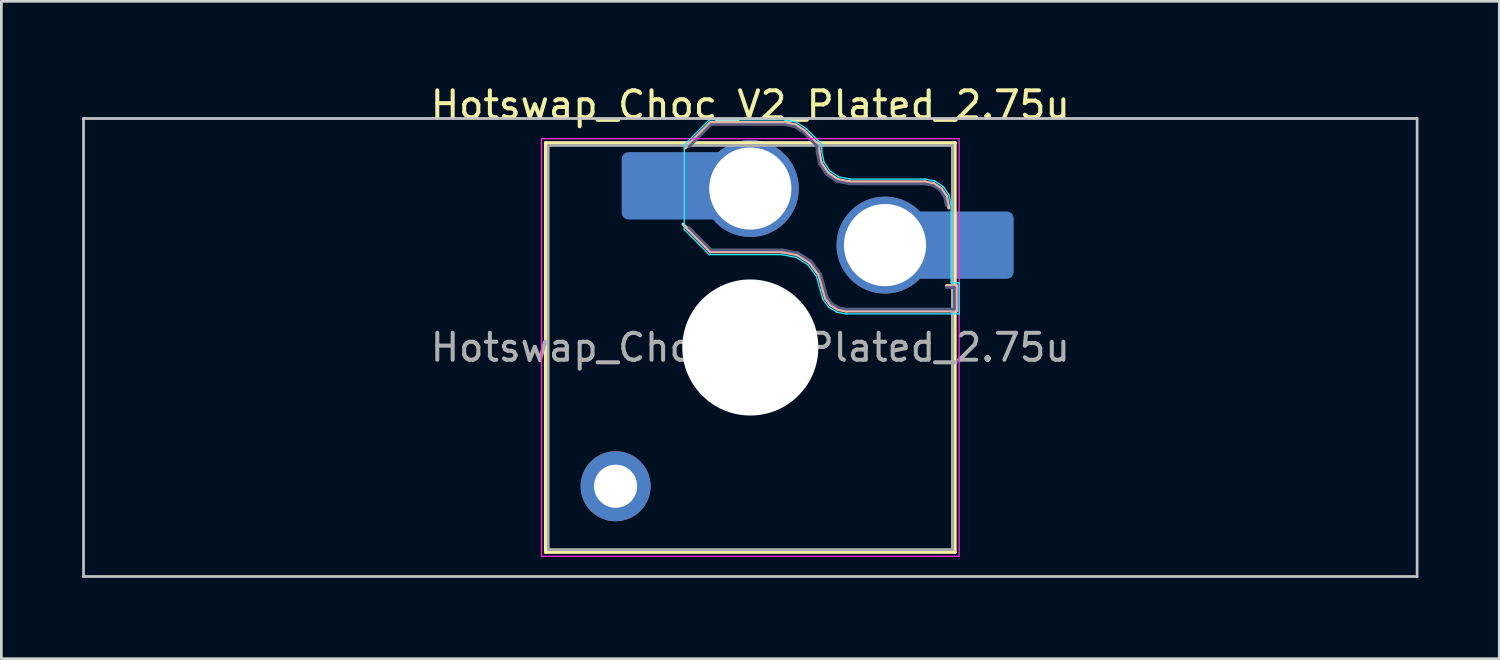
<source format=kicad_pcb>
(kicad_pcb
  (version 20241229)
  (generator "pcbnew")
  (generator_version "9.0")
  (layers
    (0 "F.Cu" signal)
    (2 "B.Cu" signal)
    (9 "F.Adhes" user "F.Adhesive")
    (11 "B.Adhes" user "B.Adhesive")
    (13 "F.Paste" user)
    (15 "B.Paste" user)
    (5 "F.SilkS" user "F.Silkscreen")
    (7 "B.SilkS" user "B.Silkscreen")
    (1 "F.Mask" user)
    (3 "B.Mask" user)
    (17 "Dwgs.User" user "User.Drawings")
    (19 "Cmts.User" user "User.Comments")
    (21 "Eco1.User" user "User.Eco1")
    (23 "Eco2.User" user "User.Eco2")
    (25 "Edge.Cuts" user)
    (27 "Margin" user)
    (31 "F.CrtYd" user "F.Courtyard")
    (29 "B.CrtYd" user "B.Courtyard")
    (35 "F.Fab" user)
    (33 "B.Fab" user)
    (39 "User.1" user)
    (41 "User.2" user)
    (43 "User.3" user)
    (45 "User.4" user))
  (footprint "Hotswap_Choc_V2_Plated_2.75u"
    (layer "F.Cu")
    (at 24.8 9.848)
    (property "Reference" "Hotswap_Choc_V2_Plated_2.75u" (at 0 -9 0) (layer "F.SilkS") (effects (font (size 1 1) (thickness 0.15))))
    (attr smd allow_soldermask_bridges)
    (fp_line (start -7.6 -7.6) (end -7.6 7.6) (stroke (width 0.12) (type solid)) (layer "F.SilkS"))
    (fp_line (start -7.6 7.6) (end 7.6 7.6) (stroke (width 0.12) (type solid)) (layer "F.SilkS"))
    (fp_line (start 7.6 -7.6) (end -7.6 -7.6) (stroke (width 0.12) (type solid)) (layer "F.SilkS"))
    (fp_line (start 7.6 7.6) (end 7.6 -7.6) (stroke (width 0.12) (type solid)) (layer "F.SilkS"))
    (fp_line (start -2.416 -7.409) (end -1.479 -8.346) (stroke (width 0.12) (type solid)) (layer "B.SilkS"))
    (fp_line (start -1.479 -8.346) (end 1.268 -8.346) (stroke (width 0.12) (type solid)) (layer "B.SilkS"))
    (fp_line (start -1.479 -3.554) (end -2.5 -4.575) (stroke (width 0.12) (type solid)) (layer "B.SilkS"))
    (fp_line (start 1.168 -3.554) (end -1.479 -3.554) (stroke (width 0.12) (type solid)) (layer "B.SilkS"))
    (fp_line (start 1.268 -8.346) (end 1.671 -8.266) (stroke (width 0.12) (type solid)) (layer "B.SilkS"))
    (fp_line (start 1.671 -8.266) (end 2.013 -8.037) (stroke (width 0.12) (type solid)) (layer "B.SilkS"))
    (fp_line (start 1.73 -3.449) (end 1.168 -3.554) (stroke (width 0.12) (type solid)) (layer "B.SilkS"))
    (fp_line (start 2.013 -8.037) (end 2.546 -7.504) (stroke (width 0.12) (type solid)) (layer "B.SilkS"))
    (fp_line (start 2.209 -3.15) (end 1.73 -3.449) (stroke (width 0.12) (type solid)) (layer "B.SilkS"))
    (fp_line (start 2.546 -7.504) (end 2.546 -7.282) (stroke (width 0.12) (type solid)) (layer "B.SilkS"))
    (fp_line (start 2.546 -7.282) (end 2.633 -6.844) (stroke (width 0.12) (type solid)) (layer "B.SilkS"))
    (fp_line (start 2.547 -2.697) (end 2.209 -3.15) (stroke (width 0.12) (type solid)) (layer "B.SilkS"))
    (fp_line (start 2.633 -6.844) (end 2.877 -6.477) (stroke (width 0.12) (type solid)) (layer "B.SilkS"))
    (fp_line (start 2.701 -2.139) (end 2.547 -2.697) (stroke (width 0.12) (type solid)) (layer "B.SilkS"))
    (fp_line (start 2.783 -1.841) (end 2.701 -2.139) (stroke (width 0.12) (type solid)) (layer "B.SilkS"))
    (fp_line (start 2.877 -6.477) (end 3.244 -6.233) (stroke (width 0.12) (type solid)) (layer "B.SilkS"))
    (fp_line (start 2.976 -1.583) (end 2.783 -1.841) (stroke (width 0.12) (type solid)) (layer "B.SilkS"))
    (fp_line (start 3.244 -6.233) (end 3.682 -6.146) (stroke (width 0.12) (type solid)) (layer "B.SilkS"))
    (fp_line (start 3.25 -1.413) (end 2.976 -1.583) (stroke (width 0.12) (type solid)) (layer "B.SilkS"))
    (fp_line (start 3.56 -1.354) (end 3.25 -1.413) (stroke (width 0.12) (type solid)) (layer "B.SilkS"))
    (fp_line (start 3.682 -6.146) (end 6.482 -6.146) (stroke (width 0.12) (type solid)) (layer "B.SilkS"))
    (fp_line (start 6.482 -6.146) (end 6.809 -6.081) (stroke (width 0.12) (type solid)) (layer "B.SilkS"))
    (fp_line (start 6.809 -6.081) (end 7.092 -5.892) (stroke (width 0.12) (type solid)) (layer "B.SilkS"))
    (fp_line (start 7.092 -5.892) (end 7.281 -5.609) (stroke (width 0.12) (type solid)) (layer "B.SilkS"))
    (fp_line (start 7.281 -5.609) (end 7.366 -5.182) (stroke (width 0.12) (type solid)) (layer "B.SilkS"))
    (fp_line (start 7.283 -2.296) (end 7.646 -2.296) (stroke (width 0.12) (type solid)) (layer "B.SilkS"))
    (fp_line (start 7.646 -2.296) (end 7.646 -1.354) (stroke (width 0.12) (type solid)) (layer "B.SilkS"))
    (fp_line (start 7.646 -1.354) (end 3.56 -1.354) (stroke (width 0.12) (type solid)) (layer "B.SilkS"))
    (fp_line (start -24.75 -8.5) (end -24.75 8.5) (stroke (width 0.1) (type solid)) (layer "Dwgs.User"))
    (fp_line (start -24.75 8.5) (end 24.75 8.5) (stroke (width 0.1) (type solid)) (layer "Dwgs.User"))
    (fp_line (start 24.75 -8.5) (end -24.75 -8.5) (stroke (width 0.1) (type solid)) (layer "Dwgs.User"))
    (fp_line (start 24.75 8.5) (end 24.75 -8.5) (stroke (width 0.1) (type solid)) (layer "Dwgs.User"))
    (fp_line (start -7.25 -7.25) (end -7.25 7.25) (stroke (width 0.1) (type solid)) (layer "Eco1.User"))
    (fp_line (start -7.25 7.25) (end 7.25 7.25) (stroke (width 0.1) (type solid)) (layer "Eco1.User"))
    (fp_line (start 7.25 -7.25) (end -7.25 -7.25) (stroke (width 0.1) (type solid)) (layer "Eco1.User"))
    (fp_line (start 7.25 7.25) (end 7.25 -7.25) (stroke (width 0.1) (type solid)) (layer "Eco1.User"))
    (fp_line (start -2.452 -7.523) (end -1.523 -8.452) (stroke (width 0.05) (type solid)) (layer "B.CrtYd"))
    (fp_line (start -2.452 -4.377) (end -2.452 -7.523) (stroke (width 0.05) (type solid)) (layer "B.CrtYd"))
    (fp_line (start -1.523 -8.452) (end 1.278 -8.452) (stroke (width 0.05) (type solid)) (layer "B.CrtYd"))
    (fp_line (start -1.523 -3.448) (end -2.452 -4.377) (stroke (width 0.05) (type solid)) (layer "B.CrtYd"))
    (fp_line (start 1.159 -3.448) (end -1.523 -3.448) (stroke (width 0.05) (type solid)) (layer "B.CrtYd"))
    (fp_line (start 1.278 -8.452) (end 1.712 -8.366) (stroke (width 0.05) (type solid)) (layer "B.CrtYd"))
    (fp_line (start 1.691 -3.348) (end 1.159 -3.448) (stroke (width 0.05) (type solid)) (layer "B.CrtYd"))
    (fp_line (start 1.712 -8.366) (end 2.081 -8.119) (stroke (width 0.05) (type solid)) (layer "B.CrtYd"))
    (fp_line (start 2.081 -8.119) (end 2.652 -7.548) (stroke (width 0.05) (type solid)) (layer "B.CrtYd"))
    (fp_line (start 2.136 -3.071) (end 1.691 -3.348) (stroke (width 0.05) (type solid)) (layer "B.CrtYd"))
    (fp_line (start 2.45 -2.65) (end 2.136 -3.071) (stroke (width 0.05) (type solid)) (layer "B.CrtYd"))
    (fp_line (start 2.599 -2.111) (end 2.45 -2.65) (stroke (width 0.05) (type solid)) (layer "B.CrtYd"))
    (fp_line (start 2.652 -7.548) (end 2.652 -7.292) (stroke (width 0.05) (type solid)) (layer "B.CrtYd"))
    (fp_line (start 2.652 -7.292) (end 2.733 -6.885) (stroke (width 0.05) (type solid)) (layer "B.CrtYd"))
    (fp_line (start 2.687 -1.794) (end 2.599 -2.111) (stroke (width 0.05) (type solid)) (layer "B.CrtYd"))
    (fp_line (start 2.733 -6.885) (end 2.953 -6.553) (stroke (width 0.05) (type solid)) (layer "B.CrtYd"))
    (fp_line (start 2.903 -1.503) (end 2.687 -1.794) (stroke (width 0.05) (type solid)) (layer "B.CrtYd"))
    (fp_line (start 2.953 -6.553) (end 3.285 -6.333) (stroke (width 0.05) (type solid)) (layer "B.CrtYd"))
    (fp_line (start 3.211 -1.312) (end 2.903 -1.503) (stroke (width 0.05) (type solid)) (layer "B.CrtYd"))
    (fp_line (start 3.285 -6.333) (end 3.692 -6.252) (stroke (width 0.05) (type solid)) (layer "B.CrtYd"))
    (fp_line (start 3.55 -1.248) (end 3.211 -1.312) (stroke (width 0.05) (type solid)) (layer "B.CrtYd"))
    (fp_line (start 3.692 -6.252) (end 6.492 -6.252) (stroke (width 0.05) (type solid)) (layer "B.CrtYd"))
    (fp_line (start 6.492 -6.252) (end 6.85 -6.181) (stroke (width 0.05) (type solid)) (layer "B.CrtYd"))
    (fp_line (start 6.85 -6.181) (end 7.168 -5.968) (stroke (width 0.05) (type solid)) (layer "B.CrtYd"))
    (fp_line (start 7.168 -5.968) (end 7.381 -5.65) (stroke (width 0.05) (type solid)) (layer "B.CrtYd"))
    (fp_line (start 7.381 -5.65) (end 7.452 -5.292) (stroke (width 0.05) (type solid)) (layer "B.CrtYd"))
    (fp_line (start 7.452 -5.292) (end 7.452 -2.402) (stroke (width 0.05) (type solid)) (layer "B.CrtYd"))
    (fp_line (start 7.452 -2.402) (end 7.752 -2.402) (stroke (width 0.05) (type solid)) (layer "B.CrtYd"))
    (fp_line (start 7.752 -2.402) (end 7.752 -1.248) (stroke (width 0.05) (type solid)) (layer "B.CrtYd"))
    (fp_line (start 7.752 -1.248) (end 3.55 -1.248) (stroke (width 0.05) (type solid)) (layer "B.CrtYd"))
    (fp_line (start -7.75 -7.75) (end -7.75 7.75) (stroke (width 0.05) (type solid)) (layer "F.CrtYd"))
    (fp_line (start -7.75 7.75) (end 7.75 7.75) (stroke (width 0.05) (type solid)) (layer "F.CrtYd"))
    (fp_line (start 7.75 -7.75) (end -7.75 -7.75) (stroke (width 0.05) (type solid)) (layer "F.CrtYd"))
    (fp_line (start 7.75 7.75) (end 7.75 -7.75) (stroke (width 0.05) (type solid)) (layer "F.CrtYd"))
    (fp_line (start -2.275 -7.45) (end -1.45 -8.275) (stroke (width 0.1) (type solid)) (layer "B.Fab"))
    (fp_line (start -1.45 -8.275) (end 1.261 -8.275) (stroke (width 0.1) (type solid)) (layer "B.Fab"))
    (fp_line (start -1.45 -3.625) (end -2.275 -4.45) (stroke (width 0.1) (type solid)) (layer "B.Fab"))
    (fp_line (start 1.175 -3.625) (end -1.45 -3.625) (stroke (width 0.1) (type solid)) (layer "B.Fab"))
    (fp_line (start 1.261 -8.275) (end 1.643 -8.199) (stroke (width 0.1) (type solid)) (layer "B.Fab"))
    (fp_line (start 1.643 -8.199) (end 1.968 -7.982) (stroke (width 0.1) (type solid)) (layer "B.Fab"))
    (fp_line (start 1.756 -3.516) (end 1.175 -3.625) (stroke (width 0.1) (type solid)) (layer "B.Fab"))
    (fp_line (start 1.968 -7.982) (end 2.475 -7.475) (stroke (width 0.1) (type solid)) (layer "B.Fab"))
    (fp_line (start 2.258 -3.203) (end 1.756 -3.516) (stroke (width 0.1) (type solid)) (layer "B.Fab"))
    (fp_line (start 2.475 -7.475) (end 2.475 -7.275) (stroke (width 0.1) (type solid)) (layer "B.Fab"))
    (fp_line (start 2.475 -7.275) (end 2.566 -6.816) (stroke (width 0.1) (type solid)) (layer "B.Fab"))
    (fp_line (start 2.566 -6.816) (end 2.826 -6.426) (stroke (width 0.1) (type solid)) (layer "B.Fab"))
    (fp_line (start 2.612 -2.729) (end 2.258 -3.203) (stroke (width 0.1) (type solid)) (layer "B.Fab"))
    (fp_line (start 2.769 -2.158) (end 2.612 -2.729) (stroke (width 0.1) (type solid)) (layer "B.Fab"))
    (fp_line (start 2.826 -6.426) (end 3.216 -6.166) (stroke (width 0.1) (type solid)) (layer "B.Fab"))
    (fp_line (start 2.848 -1.873) (end 2.769 -2.158) (stroke (width 0.1) (type solid)) (layer "B.Fab"))
    (fp_line (start 3.025 -1.636) (end 2.848 -1.873) (stroke (width 0.1) (type solid)) (layer "B.Fab"))
    (fp_line (start 3.216 -6.166) (end 3.675 -6.075) (stroke (width 0.1) (type solid)) (layer "B.Fab"))
    (fp_line (start 3.276 -1.48) (end 3.025 -1.636) (stroke (width 0.1) (type solid)) (layer "B.Fab"))
    (fp_line (start 3.567 -1.425) (end 3.276 -1.48) (stroke (width 0.1) (type solid)) (layer "B.Fab"))
    (fp_line (start 3.675 -6.075) (end 6.475 -6.075) (stroke (width 0.1) (type solid)) (layer "B.Fab"))
    (fp_line (start 6.475 -6.075) (end 6.781 -6.014) (stroke (width 0.1) (type solid)) (layer "B.Fab"))
    (fp_line (start 6.781 -6.014) (end 7.041 -5.841) (stroke (width 0.1) (type solid)) (layer "B.Fab"))
    (fp_line (start 7.041 -5.841) (end 7.214 -5.581) (stroke (width 0.1) (type solid)) (layer "B.Fab"))
    (fp_line (start 7.214 -5.581) (end 7.275 -5.275) (stroke (width 0.1) (type solid)) (layer "B.Fab"))
    (fp_line (start 7.275 -2.225) (end 7.575 -2.225) (stroke (width 0.1) (type solid)) (layer "B.Fab"))
    (fp_line (start 7.575 -2.225) (end 7.575 -1.425) (stroke (width 0.1) (type solid)) (layer "B.Fab"))
    (fp_line (start 7.575 -1.425) (end 3.567 -1.425) (stroke (width 0.1) (type solid)) (layer "B.Fab"))
    (fp_line (start -7.5 -7.5) (end -7.5 7.5) (stroke (width 0.1) (type solid)) (layer "F.Fab"))
    (fp_line (start -7.5 7.5) (end 7.5 7.5) (stroke (width 0.1) (type solid)) (layer "F.Fab"))
    (fp_line (start 7.5 -7.5) (end -7.5 -7.5) (stroke (width 0.1) (type solid)) (layer "F.Fab"))
    (fp_line (start 7.5 7.5) (end 7.5 -7.5) (stroke (width 0.1) (type solid)) (layer "F.Fab"))
    (fp_text user "${REFERENCE}" (at 0 0 0) (layer "F.Fab") (effects (font (size 1 1) (thickness 0.15))))
    (pad "" thru_hole circle (at -5 5.15) (size 2.6 2.6) (drill 1.6) (layers "*.Cu" "*.Mask"))
    (pad "" smd roundrect (at -3.5 -6) (size 2.55 2.5) (layers "B.Mask" "B.Paste") (roundrect_rratio 0.1))
    (pad "" np_thru_hole circle (at 0 0) (size 5.05 5.05) (drill 5.05) (layers "*.Cu" "*.Mask"))
    (pad "" smd roundrect (at 8.5 -3.8) (size 2.55 2.5) (layers "B.Mask" "B.Paste") (roundrect_rratio 0.1))
    (pad "1" smd roundrect (at -2.85 -6) (size 3.85 2.5) (layers "B.Cu") (roundrect_rratio 0.1))
    (pad "1" thru_hole circle (at 0 -5.9) (size 3.6 3.6) (drill 3.05) (layers "*.Cu" "*.Mask"))
    (pad "2" thru_hole circle (at 5 -3.8) (size 3.6 3.6) (drill 3.05) (layers "*.Cu" "*.Mask"))
    (pad "2" smd roundrect (at 7.85 -3.8) (size 3.85 2.5) (layers "B.Cu") (roundrect_rratio 0.1)))
  (gr_rect
    (start -3 -3)
    (end 52.6 21.398)
    (stroke (width 0.1) (type default))
    (fill no)
    (layer "Edge.Cuts")))
</source>
